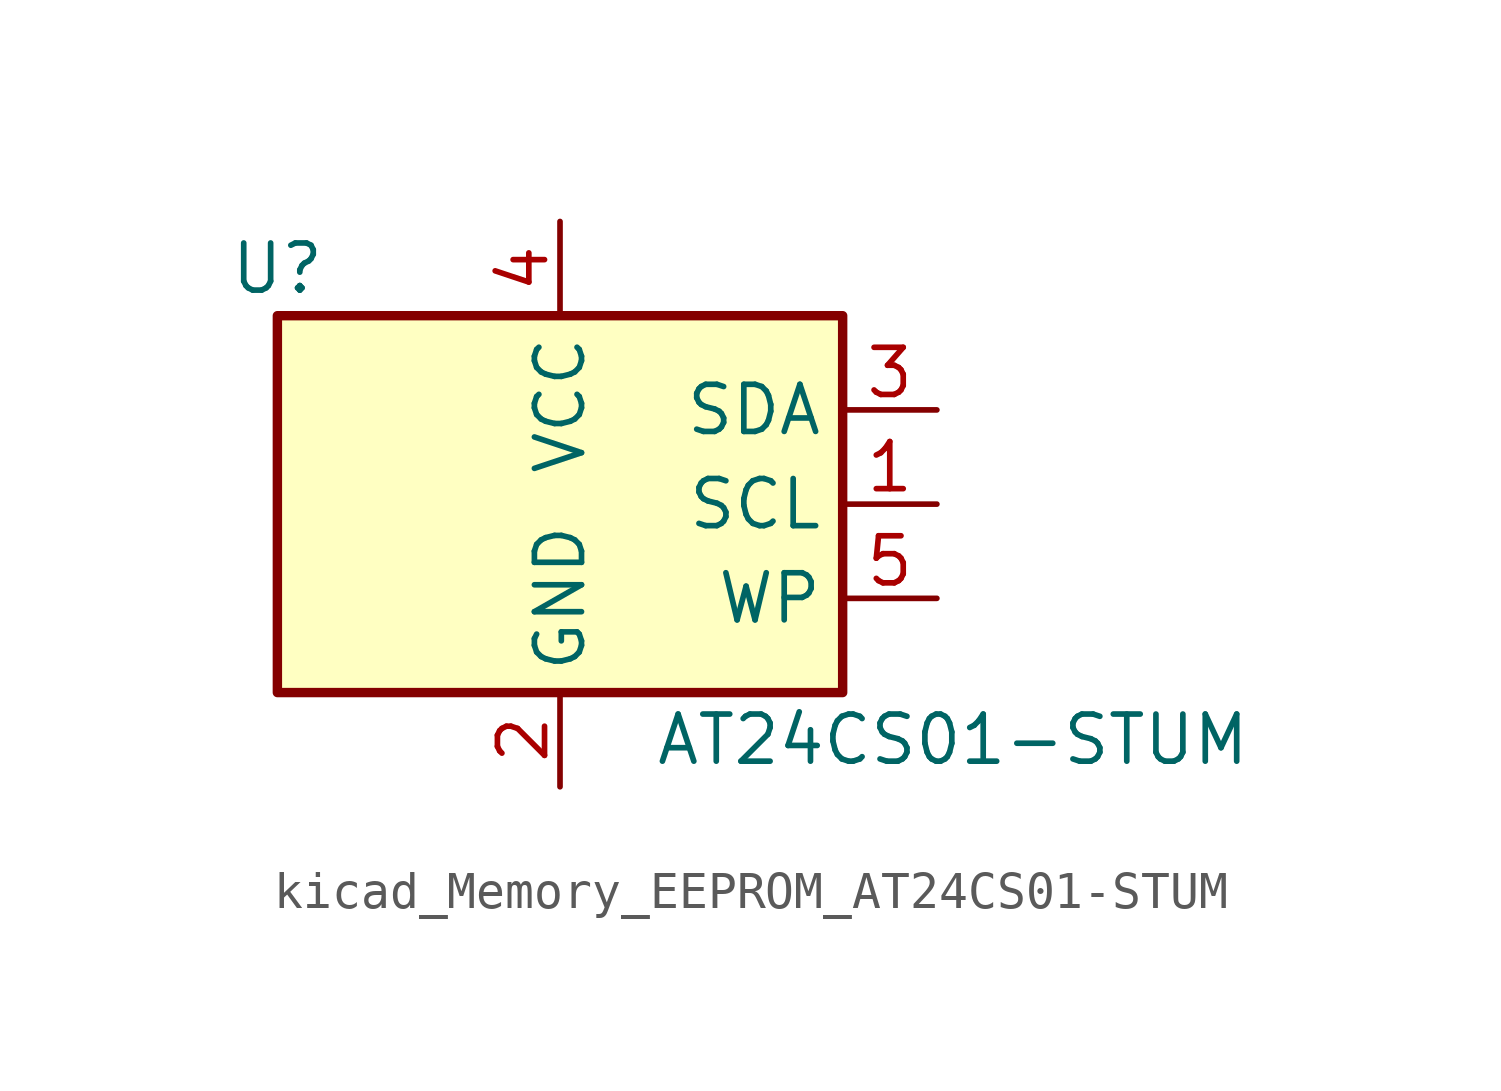
<source format=kicad_sym>
(kicad_symbol_lib
  (version 20220914)
  (generator kicad_symbol_editor)
  (symbol "kicad_Memory_EEPROM_AT24CS01-STUM"
    (property "Reference" "U"
      (at -7.62 6.35 0)
      (effects (font (size 1.27 1.27))))
    (property "Value" "AT24CS01-STUM"
      (at 2.54 -6.35 0)
      (effects (font (size 1.27 1.27)) (justify left)))
    (symbol "kicad_Memory_EEPROM_AT24CS01-STUM_1_1"
      (rectangle (start -7.62 5.08) (end 7.62 -5.08) (stroke (width 0.254) (type default)) (fill (type background)))
      (pin input line (at 10.16 0 180) (length 2.54) (name "SCL" (effects (font (size 1.27 1.27)))) (number "1" (effects (font (size 1.27 1.27)))))
      (pin power_in line (at 0 -7.62 90) (length 2.54) (name "GND" (effects (font (size 1.27 1.27)))) (number "2" (effects (font (size 1.27 1.27)))))
      (pin bidirectional line (at 10.16 2.54 180) (length 2.54) (name "SDA" (effects (font (size 1.27 1.27)))) (number "3" (effects (font (size 1.27 1.27)))))
      (pin power_in line (at 0 7.62 270) (length 2.54) (name "VCC" (effects (font (size 1.27 1.27)))) (number "4" (effects (font (size 1.27 1.27)))))
      (pin input line (at 10.16 -2.54 180) (length 2.54) (name "WP" (effects (font (size 1.27 1.27)))) (number "5" (effects (font (size 1.27 1.27))))))))
</source>
